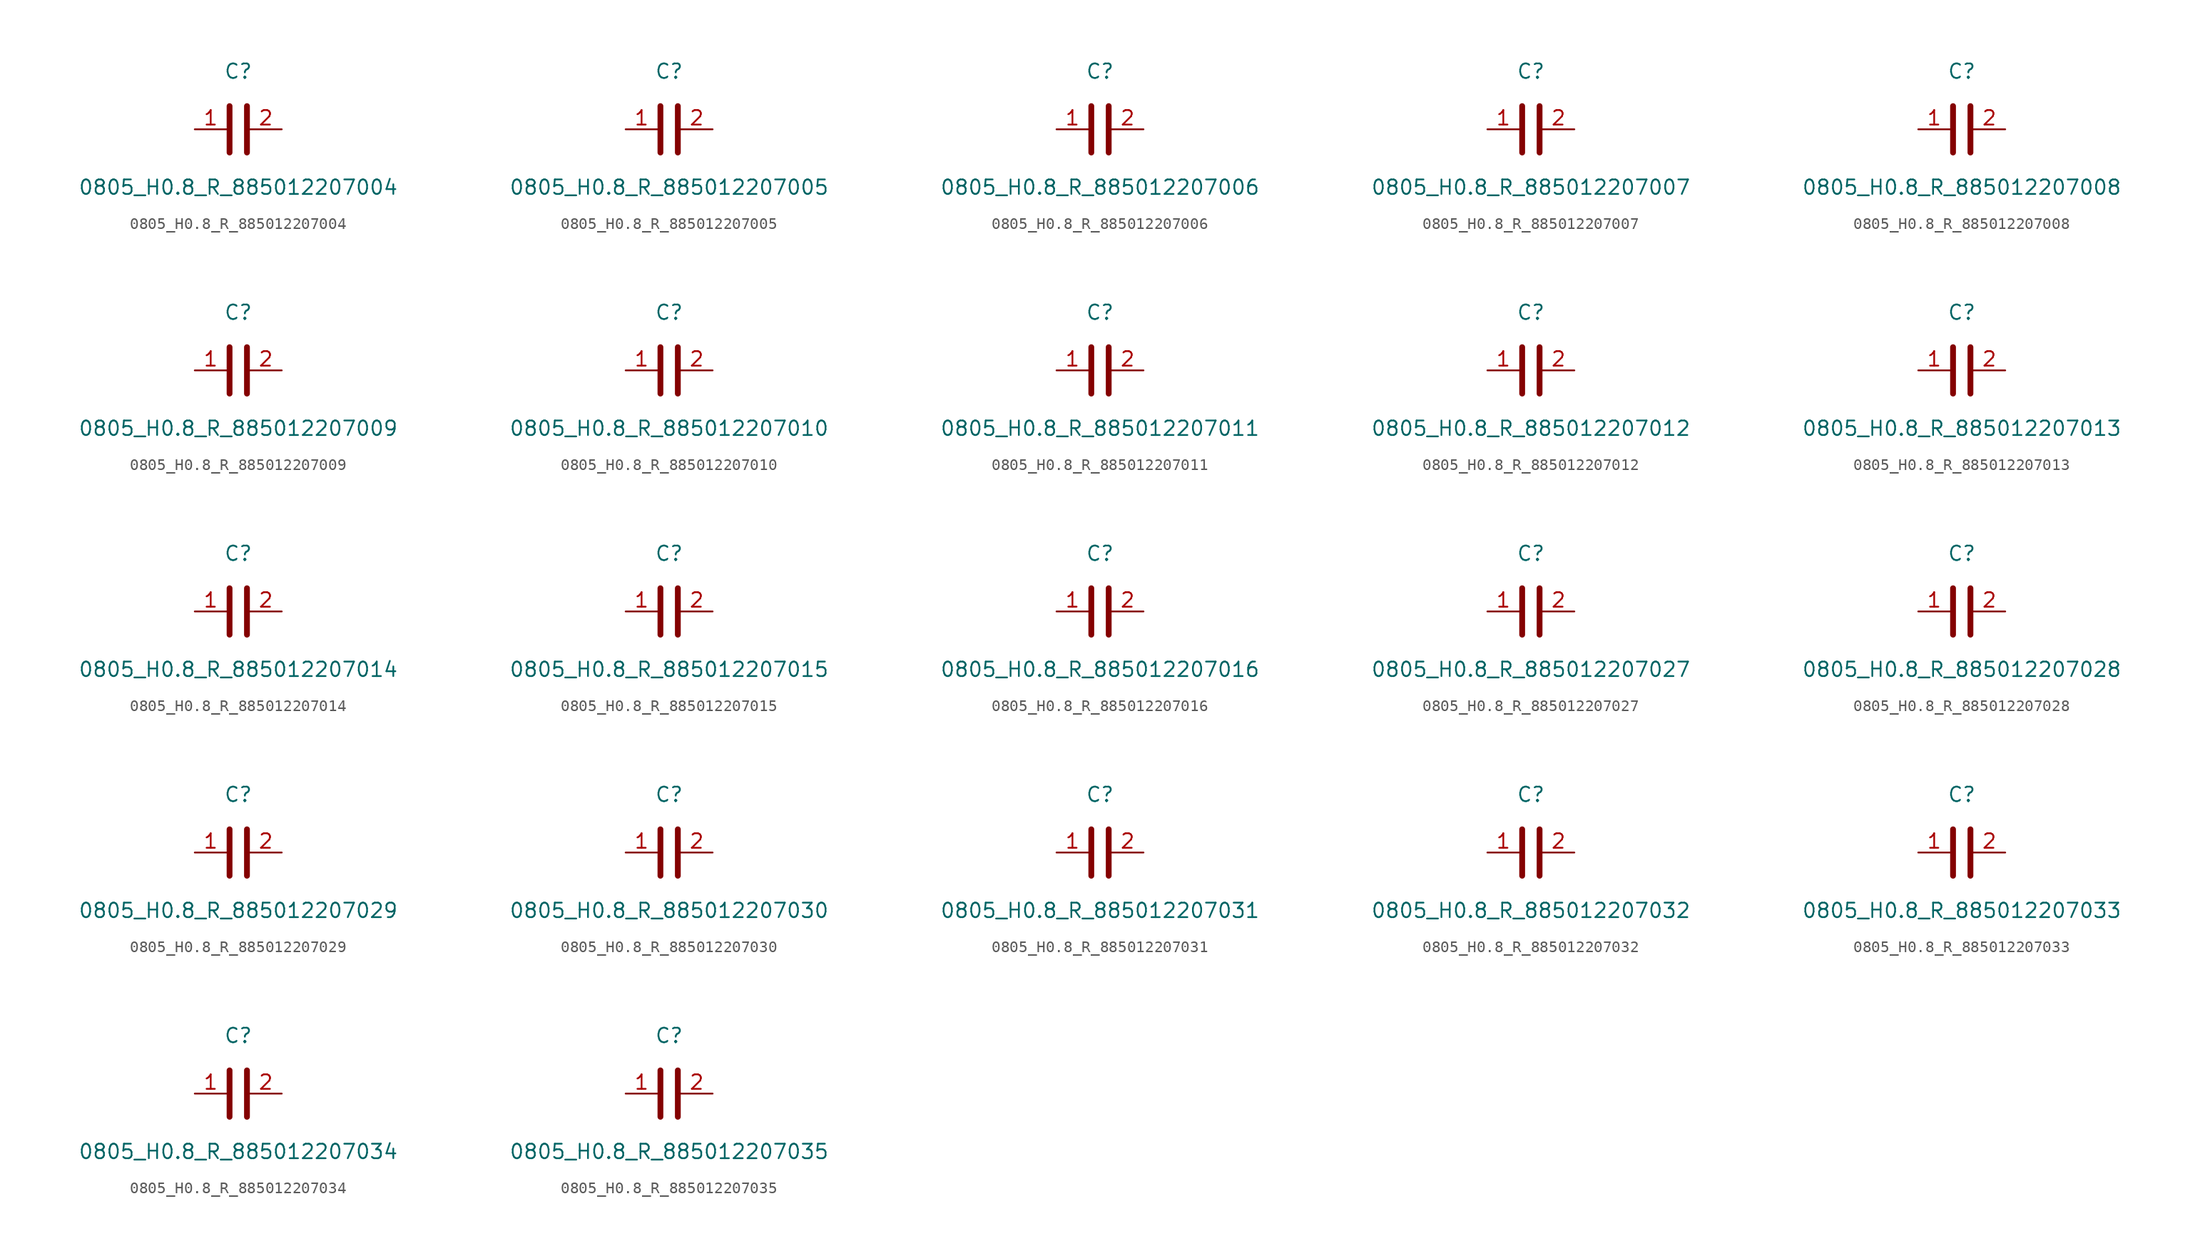
<source format=kicad_sym>
(kicad_symbol_lib
  (version 20220914)
  (generator kicad_symbol_editor)
  (symbol "0805_H0.8_R_885012207004"
    (pin_names hide)
    (property "Reference" "C"
      (at 0 5.08 0)
      (effects (font (size 1.27 1.27))))
    (property "Value" "0805_H0.8_R_885012207004"
      (at 0 -5.08 0)
      (effects (font (size 1.27 1.27))))
    (symbol "0805_H0.8_R_885012207004_0_1"
      (polyline (pts (xy -0.762 -2.032) (xy -0.762 2.032)) (stroke (width 0.508) (type default)) (fill (type none)))
      (polyline (pts (xy 0.762 -2.032) (xy 0.762 2.032)) (stroke (width 0.508) (type default)) (fill (type none))))
    (symbol "0805_H0.8_R_885012207004_1_1"
      (pin passive line (at -3.81 0 0) (length 2.794) (name "1" (effects (font (size 1.27 1.27)))) (number "1" (effects (font (size 1.27 1.27)))))
      (pin passive line (at 3.81 0 180) (length 2.794) (name "2" (effects (font (size 1.27 1.27)))) (number "2" (effects (font (size 1.27 1.27)))))))
  (symbol "0805_H0.8_R_885012207005"
    (pin_names hide)
    (property "Reference" "C"
      (at 0 5.08 0)
      (effects (font (size 1.27 1.27))))
    (property "Value" "0805_H0.8_R_885012207005"
      (at 0 -5.08 0)
      (effects (font (size 1.27 1.27))))
    (symbol "0805_H0.8_R_885012207005_0_1"
      (polyline (pts (xy -0.762 -2.032) (xy -0.762 2.032)) (stroke (width 0.508) (type default)) (fill (type none)))
      (polyline (pts (xy 0.762 -2.032) (xy 0.762 2.032)) (stroke (width 0.508) (type default)) (fill (type none))))
    (symbol "0805_H0.8_R_885012207005_1_1"
      (pin passive line (at -3.81 0 0) (length 2.794) (name "1" (effects (font (size 1.27 1.27)))) (number "1" (effects (font (size 1.27 1.27)))))
      (pin passive line (at 3.81 0 180) (length 2.794) (name "2" (effects (font (size 1.27 1.27)))) (number "2" (effects (font (size 1.27 1.27)))))))
  (symbol "0805_H0.8_R_885012207006"
    (pin_names hide)
    (property "Reference" "C"
      (at 0 5.08 0)
      (effects (font (size 1.27 1.27))))
    (property "Value" "0805_H0.8_R_885012207006"
      (at 0 -5.08 0)
      (effects (font (size 1.27 1.27))))
    (symbol "0805_H0.8_R_885012207006_0_1"
      (polyline (pts (xy -0.762 -2.032) (xy -0.762 2.032)) (stroke (width 0.508) (type default)) (fill (type none)))
      (polyline (pts (xy 0.762 -2.032) (xy 0.762 2.032)) (stroke (width 0.508) (type default)) (fill (type none))))
    (symbol "0805_H0.8_R_885012207006_1_1"
      (pin passive line (at -3.81 0 0) (length 2.794) (name "1" (effects (font (size 1.27 1.27)))) (number "1" (effects (font (size 1.27 1.27)))))
      (pin passive line (at 3.81 0 180) (length 2.794) (name "2" (effects (font (size 1.27 1.27)))) (number "2" (effects (font (size 1.27 1.27)))))))
  (symbol "0805_H0.8_R_885012207007"
    (pin_names hide)
    (property "Reference" "C"
      (at 0 5.08 0)
      (effects (font (size 1.27 1.27))))
    (property "Value" "0805_H0.8_R_885012207007"
      (at 0 -5.08 0)
      (effects (font (size 1.27 1.27))))
    (symbol "0805_H0.8_R_885012207007_0_1"
      (polyline (pts (xy -0.762 -2.032) (xy -0.762 2.032)) (stroke (width 0.508) (type default)) (fill (type none)))
      (polyline (pts (xy 0.762 -2.032) (xy 0.762 2.032)) (stroke (width 0.508) (type default)) (fill (type none))))
    (symbol "0805_H0.8_R_885012207007_1_1"
      (pin passive line (at -3.81 0 0) (length 2.794) (name "1" (effects (font (size 1.27 1.27)))) (number "1" (effects (font (size 1.27 1.27)))))
      (pin passive line (at 3.81 0 180) (length 2.794) (name "2" (effects (font (size 1.27 1.27)))) (number "2" (effects (font (size 1.27 1.27)))))))
  (symbol "0805_H0.8_R_885012207008"
    (pin_names hide)
    (property "Reference" "C"
      (at 0 5.08 0)
      (effects (font (size 1.27 1.27))))
    (property "Value" "0805_H0.8_R_885012207008"
      (at 0 -5.08 0)
      (effects (font (size 1.27 1.27))))
    (symbol "0805_H0.8_R_885012207008_0_1"
      (polyline (pts (xy -0.762 -2.032) (xy -0.762 2.032)) (stroke (width 0.508) (type default)) (fill (type none)))
      (polyline (pts (xy 0.762 -2.032) (xy 0.762 2.032)) (stroke (width 0.508) (type default)) (fill (type none))))
    (symbol "0805_H0.8_R_885012207008_1_1"
      (pin passive line (at -3.81 0 0) (length 2.794) (name "1" (effects (font (size 1.27 1.27)))) (number "1" (effects (font (size 1.27 1.27)))))
      (pin passive line (at 3.81 0 180) (length 2.794) (name "2" (effects (font (size 1.27 1.27)))) (number "2" (effects (font (size 1.27 1.27)))))))
  (symbol "0805_H0.8_R_885012207009"
    (pin_names hide)
    (property "Reference" "C"
      (at 0 5.08 0)
      (effects (font (size 1.27 1.27))))
    (property "Value" "0805_H0.8_R_885012207009"
      (at 0 -5.08 0)
      (effects (font (size 1.27 1.27))))
    (symbol "0805_H0.8_R_885012207009_0_1"
      (polyline (pts (xy -0.762 -2.032) (xy -0.762 2.032)) (stroke (width 0.508) (type default)) (fill (type none)))
      (polyline (pts (xy 0.762 -2.032) (xy 0.762 2.032)) (stroke (width 0.508) (type default)) (fill (type none))))
    (symbol "0805_H0.8_R_885012207009_1_1"
      (pin passive line (at -3.81 0 0) (length 2.794) (name "1" (effects (font (size 1.27 1.27)))) (number "1" (effects (font (size 1.27 1.27)))))
      (pin passive line (at 3.81 0 180) (length 2.794) (name "2" (effects (font (size 1.27 1.27)))) (number "2" (effects (font (size 1.27 1.27)))))))
  (symbol "0805_H0.8_R_885012207010"
    (pin_names hide)
    (property "Reference" "C"
      (at 0 5.08 0)
      (effects (font (size 1.27 1.27))))
    (property "Value" "0805_H0.8_R_885012207010"
      (at 0 -5.08 0)
      (effects (font (size 1.27 1.27))))
    (symbol "0805_H0.8_R_885012207010_0_1"
      (polyline (pts (xy -0.762 -2.032) (xy -0.762 2.032)) (stroke (width 0.508) (type default)) (fill (type none)))
      (polyline (pts (xy 0.762 -2.032) (xy 0.762 2.032)) (stroke (width 0.508) (type default)) (fill (type none))))
    (symbol "0805_H0.8_R_885012207010_1_1"
      (pin passive line (at -3.81 0 0) (length 2.794) (name "1" (effects (font (size 1.27 1.27)))) (number "1" (effects (font (size 1.27 1.27)))))
      (pin passive line (at 3.81 0 180) (length 2.794) (name "2" (effects (font (size 1.27 1.27)))) (number "2" (effects (font (size 1.27 1.27)))))))
  (symbol "0805_H0.8_R_885012207011"
    (pin_names hide)
    (property "Reference" "C"
      (at 0 5.08 0)
      (effects (font (size 1.27 1.27))))
    (property "Value" "0805_H0.8_R_885012207011"
      (at 0 -5.08 0)
      (effects (font (size 1.27 1.27))))
    (symbol "0805_H0.8_R_885012207011_0_1"
      (polyline (pts (xy -0.762 -2.032) (xy -0.762 2.032)) (stroke (width 0.508) (type default)) (fill (type none)))
      (polyline (pts (xy 0.762 -2.032) (xy 0.762 2.032)) (stroke (width 0.508) (type default)) (fill (type none))))
    (symbol "0805_H0.8_R_885012207011_1_1"
      (pin passive line (at -3.81 0 0) (length 2.794) (name "1" (effects (font (size 1.27 1.27)))) (number "1" (effects (font (size 1.27 1.27)))))
      (pin passive line (at 3.81 0 180) (length 2.794) (name "2" (effects (font (size 1.27 1.27)))) (number "2" (effects (font (size 1.27 1.27)))))))
  (symbol "0805_H0.8_R_885012207012"
    (pin_names hide)
    (property "Reference" "C"
      (at 0 5.08 0)
      (effects (font (size 1.27 1.27))))
    (property "Value" "0805_H0.8_R_885012207012"
      (at 0 -5.08 0)
      (effects (font (size 1.27 1.27))))
    (symbol "0805_H0.8_R_885012207012_0_1"
      (polyline (pts (xy -0.762 -2.032) (xy -0.762 2.032)) (stroke (width 0.508) (type default)) (fill (type none)))
      (polyline (pts (xy 0.762 -2.032) (xy 0.762 2.032)) (stroke (width 0.508) (type default)) (fill (type none))))
    (symbol "0805_H0.8_R_885012207012_1_1"
      (pin passive line (at -3.81 0 0) (length 2.794) (name "1" (effects (font (size 1.27 1.27)))) (number "1" (effects (font (size 1.27 1.27)))))
      (pin passive line (at 3.81 0 180) (length 2.794) (name "2" (effects (font (size 1.27 1.27)))) (number "2" (effects (font (size 1.27 1.27)))))))
  (symbol "0805_H0.8_R_885012207013"
    (pin_names hide)
    (property "Reference" "C"
      (at 0 5.08 0)
      (effects (font (size 1.27 1.27))))
    (property "Value" "0805_H0.8_R_885012207013"
      (at 0 -5.08 0)
      (effects (font (size 1.27 1.27))))
    (symbol "0805_H0.8_R_885012207013_0_1"
      (polyline (pts (xy -0.762 -2.032) (xy -0.762 2.032)) (stroke (width 0.508) (type default)) (fill (type none)))
      (polyline (pts (xy 0.762 -2.032) (xy 0.762 2.032)) (stroke (width 0.508) (type default)) (fill (type none))))
    (symbol "0805_H0.8_R_885012207013_1_1"
      (pin passive line (at -3.81 0 0) (length 2.794) (name "1" (effects (font (size 1.27 1.27)))) (number "1" (effects (font (size 1.27 1.27)))))
      (pin passive line (at 3.81 0 180) (length 2.794) (name "2" (effects (font (size 1.27 1.27)))) (number "2" (effects (font (size 1.27 1.27)))))))
  (symbol "0805_H0.8_R_885012207014"
    (pin_names hide)
    (property "Reference" "C"
      (at 0 5.08 0)
      (effects (font (size 1.27 1.27))))
    (property "Value" "0805_H0.8_R_885012207014"
      (at 0 -5.08 0)
      (effects (font (size 1.27 1.27))))
    (symbol "0805_H0.8_R_885012207014_0_1"
      (polyline (pts (xy -0.762 -2.032) (xy -0.762 2.032)) (stroke (width 0.508) (type default)) (fill (type none)))
      (polyline (pts (xy 0.762 -2.032) (xy 0.762 2.032)) (stroke (width 0.508) (type default)) (fill (type none))))
    (symbol "0805_H0.8_R_885012207014_1_1"
      (pin passive line (at -3.81 0 0) (length 2.794) (name "1" (effects (font (size 1.27 1.27)))) (number "1" (effects (font (size 1.27 1.27)))))
      (pin passive line (at 3.81 0 180) (length 2.794) (name "2" (effects (font (size 1.27 1.27)))) (number "2" (effects (font (size 1.27 1.27)))))))
  (symbol "0805_H0.8_R_885012207015"
    (pin_names hide)
    (property "Reference" "C"
      (at 0 5.08 0)
      (effects (font (size 1.27 1.27))))
    (property "Value" "0805_H0.8_R_885012207015"
      (at 0 -5.08 0)
      (effects (font (size 1.27 1.27))))
    (symbol "0805_H0.8_R_885012207015_0_1"
      (polyline (pts (xy -0.762 -2.032) (xy -0.762 2.032)) (stroke (width 0.508) (type default)) (fill (type none)))
      (polyline (pts (xy 0.762 -2.032) (xy 0.762 2.032)) (stroke (width 0.508) (type default)) (fill (type none))))
    (symbol "0805_H0.8_R_885012207015_1_1"
      (pin passive line (at -3.81 0 0) (length 2.794) (name "1" (effects (font (size 1.27 1.27)))) (number "1" (effects (font (size 1.27 1.27)))))
      (pin passive line (at 3.81 0 180) (length 2.794) (name "2" (effects (font (size 1.27 1.27)))) (number "2" (effects (font (size 1.27 1.27)))))))
  (symbol "0805_H0.8_R_885012207016"
    (pin_names hide)
    (property "Reference" "C"
      (at 0 5.08 0)
      (effects (font (size 1.27 1.27))))
    (property "Value" "0805_H0.8_R_885012207016"
      (at 0 -5.08 0)
      (effects (font (size 1.27 1.27))))
    (symbol "0805_H0.8_R_885012207016_0_1"
      (polyline (pts (xy -0.762 -2.032) (xy -0.762 2.032)) (stroke (width 0.508) (type default)) (fill (type none)))
      (polyline (pts (xy 0.762 -2.032) (xy 0.762 2.032)) (stroke (width 0.508) (type default)) (fill (type none))))
    (symbol "0805_H0.8_R_885012207016_1_1"
      (pin passive line (at -3.81 0 0) (length 2.794) (name "1" (effects (font (size 1.27 1.27)))) (number "1" (effects (font (size 1.27 1.27)))))
      (pin passive line (at 3.81 0 180) (length 2.794) (name "2" (effects (font (size 1.27 1.27)))) (number "2" (effects (font (size 1.27 1.27)))))))
  (symbol "0805_H0.8_R_885012207027"
    (pin_names hide)
    (property "Reference" "C"
      (at 0 5.08 0)
      (effects (font (size 1.27 1.27))))
    (property "Value" "0805_H0.8_R_885012207027"
      (at 0 -5.08 0)
      (effects (font (size 1.27 1.27))))
    (symbol "0805_H0.8_R_885012207027_0_1"
      (polyline (pts (xy -0.762 -2.032) (xy -0.762 2.032)) (stroke (width 0.508) (type default)) (fill (type none)))
      (polyline (pts (xy 0.762 -2.032) (xy 0.762 2.032)) (stroke (width 0.508) (type default)) (fill (type none))))
    (symbol "0805_H0.8_R_885012207027_1_1"
      (pin passive line (at -3.81 0 0) (length 2.794) (name "1" (effects (font (size 1.27 1.27)))) (number "1" (effects (font (size 1.27 1.27)))))
      (pin passive line (at 3.81 0 180) (length 2.794) (name "2" (effects (font (size 1.27 1.27)))) (number "2" (effects (font (size 1.27 1.27)))))))
  (symbol "0805_H0.8_R_885012207028"
    (pin_names hide)
    (property "Reference" "C"
      (at 0 5.08 0)
      (effects (font (size 1.27 1.27))))
    (property "Value" "0805_H0.8_R_885012207028"
      (at 0 -5.08 0)
      (effects (font (size 1.27 1.27))))
    (symbol "0805_H0.8_R_885012207028_0_1"
      (polyline (pts (xy -0.762 -2.032) (xy -0.762 2.032)) (stroke (width 0.508) (type default)) (fill (type none)))
      (polyline (pts (xy 0.762 -2.032) (xy 0.762 2.032)) (stroke (width 0.508) (type default)) (fill (type none))))
    (symbol "0805_H0.8_R_885012207028_1_1"
      (pin passive line (at -3.81 0 0) (length 2.794) (name "1" (effects (font (size 1.27 1.27)))) (number "1" (effects (font (size 1.27 1.27)))))
      (pin passive line (at 3.81 0 180) (length 2.794) (name "2" (effects (font (size 1.27 1.27)))) (number "2" (effects (font (size 1.27 1.27)))))))
  (symbol "0805_H0.8_R_885012207029"
    (pin_names hide)
    (property "Reference" "C"
      (at 0 5.08 0)
      (effects (font (size 1.27 1.27))))
    (property "Value" "0805_H0.8_R_885012207029"
      (at 0 -5.08 0)
      (effects (font (size 1.27 1.27))))
    (symbol "0805_H0.8_R_885012207029_0_1"
      (polyline (pts (xy -0.762 -2.032) (xy -0.762 2.032)) (stroke (width 0.508) (type default)) (fill (type none)))
      (polyline (pts (xy 0.762 -2.032) (xy 0.762 2.032)) (stroke (width 0.508) (type default)) (fill (type none))))
    (symbol "0805_H0.8_R_885012207029_1_1"
      (pin passive line (at -3.81 0 0) (length 2.794) (name "1" (effects (font (size 1.27 1.27)))) (number "1" (effects (font (size 1.27 1.27)))))
      (pin passive line (at 3.81 0 180) (length 2.794) (name "2" (effects (font (size 1.27 1.27)))) (number "2" (effects (font (size 1.27 1.27)))))))
  (symbol "0805_H0.8_R_885012207030"
    (pin_names hide)
    (property "Reference" "C"
      (at 0 5.08 0)
      (effects (font (size 1.27 1.27))))
    (property "Value" "0805_H0.8_R_885012207030"
      (at 0 -5.08 0)
      (effects (font (size 1.27 1.27))))
    (symbol "0805_H0.8_R_885012207030_0_1"
      (polyline (pts (xy -0.762 -2.032) (xy -0.762 2.032)) (stroke (width 0.508) (type default)) (fill (type none)))
      (polyline (pts (xy 0.762 -2.032) (xy 0.762 2.032)) (stroke (width 0.508) (type default)) (fill (type none))))
    (symbol "0805_H0.8_R_885012207030_1_1"
      (pin passive line (at -3.81 0 0) (length 2.794) (name "1" (effects (font (size 1.27 1.27)))) (number "1" (effects (font (size 1.27 1.27)))))
      (pin passive line (at 3.81 0 180) (length 2.794) (name "2" (effects (font (size 1.27 1.27)))) (number "2" (effects (font (size 1.27 1.27)))))))
  (symbol "0805_H0.8_R_885012207031"
    (pin_names hide)
    (property "Reference" "C"
      (at 0 5.08 0)
      (effects (font (size 1.27 1.27))))
    (property "Value" "0805_H0.8_R_885012207031"
      (at 0 -5.08 0)
      (effects (font (size 1.27 1.27))))
    (symbol "0805_H0.8_R_885012207031_0_1"
      (polyline (pts (xy -0.762 -2.032) (xy -0.762 2.032)) (stroke (width 0.508) (type default)) (fill (type none)))
      (polyline (pts (xy 0.762 -2.032) (xy 0.762 2.032)) (stroke (width 0.508) (type default)) (fill (type none))))
    (symbol "0805_H0.8_R_885012207031_1_1"
      (pin passive line (at -3.81 0 0) (length 2.794) (name "1" (effects (font (size 1.27 1.27)))) (number "1" (effects (font (size 1.27 1.27)))))
      (pin passive line (at 3.81 0 180) (length 2.794) (name "2" (effects (font (size 1.27 1.27)))) (number "2" (effects (font (size 1.27 1.27)))))))
  (symbol "0805_H0.8_R_885012207032"
    (pin_names hide)
    (property "Reference" "C"
      (at 0 5.08 0)
      (effects (font (size 1.27 1.27))))
    (property "Value" "0805_H0.8_R_885012207032"
      (at 0 -5.08 0)
      (effects (font (size 1.27 1.27))))
    (symbol "0805_H0.8_R_885012207032_0_1"
      (polyline (pts (xy -0.762 -2.032) (xy -0.762 2.032)) (stroke (width 0.508) (type default)) (fill (type none)))
      (polyline (pts (xy 0.762 -2.032) (xy 0.762 2.032)) (stroke (width 0.508) (type default)) (fill (type none))))
    (symbol "0805_H0.8_R_885012207032_1_1"
      (pin passive line (at -3.81 0 0) (length 2.794) (name "1" (effects (font (size 1.27 1.27)))) (number "1" (effects (font (size 1.27 1.27)))))
      (pin passive line (at 3.81 0 180) (length 2.794) (name "2" (effects (font (size 1.27 1.27)))) (number "2" (effects (font (size 1.27 1.27)))))))
  (symbol "0805_H0.8_R_885012207033"
    (pin_names hide)
    (property "Reference" "C"
      (at 0 5.08 0)
      (effects (font (size 1.27 1.27))))
    (property "Value" "0805_H0.8_R_885012207033"
      (at 0 -5.08 0)
      (effects (font (size 1.27 1.27))))
    (symbol "0805_H0.8_R_885012207033_0_1"
      (polyline (pts (xy -0.762 -2.032) (xy -0.762 2.032)) (stroke (width 0.508) (type default)) (fill (type none)))
      (polyline (pts (xy 0.762 -2.032) (xy 0.762 2.032)) (stroke (width 0.508) (type default)) (fill (type none))))
    (symbol "0805_H0.8_R_885012207033_1_1"
      (pin passive line (at -3.81 0 0) (length 2.794) (name "1" (effects (font (size 1.27 1.27)))) (number "1" (effects (font (size 1.27 1.27)))))
      (pin passive line (at 3.81 0 180) (length 2.794) (name "2" (effects (font (size 1.27 1.27)))) (number "2" (effects (font (size 1.27 1.27)))))))
  (symbol "0805_H0.8_R_885012207034"
    (pin_names hide)
    (property "Reference" "C"
      (at 0 5.08 0)
      (effects (font (size 1.27 1.27))))
    (property "Value" "0805_H0.8_R_885012207034"
      (at 0 -5.08 0)
      (effects (font (size 1.27 1.27))))
    (symbol "0805_H0.8_R_885012207034_0_1"
      (polyline (pts (xy -0.762 -2.032) (xy -0.762 2.032)) (stroke (width 0.508) (type default)) (fill (type none)))
      (polyline (pts (xy 0.762 -2.032) (xy 0.762 2.032)) (stroke (width 0.508) (type default)) (fill (type none))))
    (symbol "0805_H0.8_R_885012207034_1_1"
      (pin passive line (at -3.81 0 0) (length 2.794) (name "1" (effects (font (size 1.27 1.27)))) (number "1" (effects (font (size 1.27 1.27)))))
      (pin passive line (at 3.81 0 180) (length 2.794) (name "2" (effects (font (size 1.27 1.27)))) (number "2" (effects (font (size 1.27 1.27)))))))
  (symbol "0805_H0.8_R_885012207035"
    (pin_names hide)
    (property "Reference" "C"
      (at 0 5.08 0)
      (effects (font (size 1.27 1.27))))
    (property "Value" "0805_H0.8_R_885012207035"
      (at 0 -5.08 0)
      (effects (font (size 1.27 1.27))))
    (symbol "0805_H0.8_R_885012207035_0_1"
      (polyline (pts (xy -0.762 -2.032) (xy -0.762 2.032)) (stroke (width 0.508) (type default)) (fill (type none)))
      (polyline (pts (xy 0.762 -2.032) (xy 0.762 2.032)) (stroke (width 0.508) (type default)) (fill (type none))))
    (symbol "0805_H0.8_R_885012207035_1_1"
      (pin passive line (at -3.81 0 0) (length 2.794) (name "1" (effects (font (size 1.27 1.27)))) (number "1" (effects (font (size 1.27 1.27)))))
      (pin passive line (at 3.81 0 180) (length 2.794) (name "2" (effects (font (size 1.27 1.27)))) (number "2" (effects (font (size 1.27 1.27))))))))
</source>
